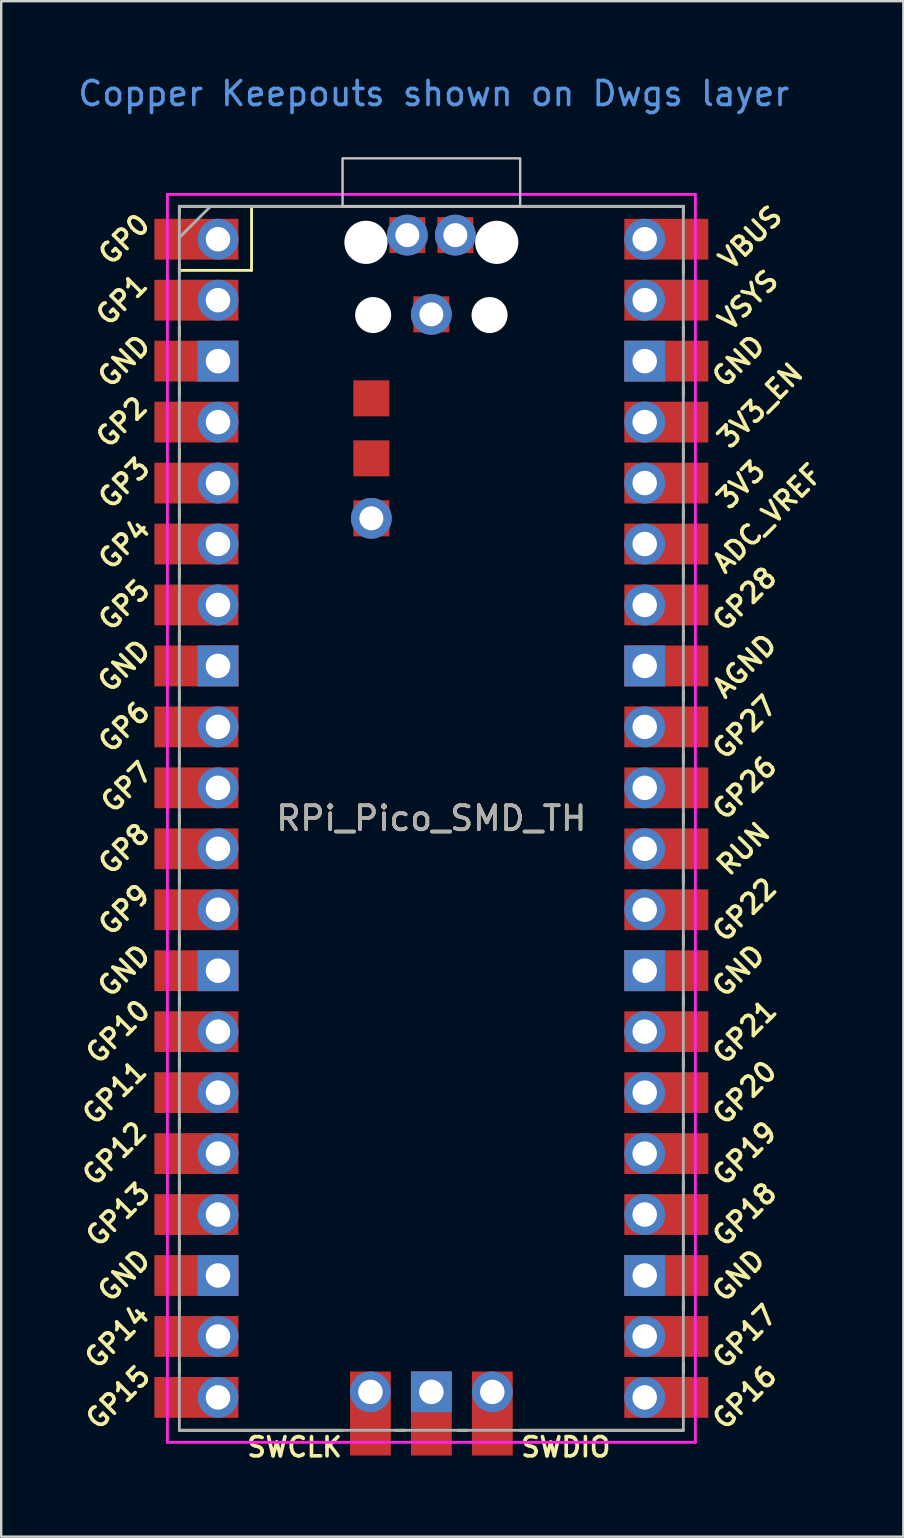
<source format=kicad_pcb>
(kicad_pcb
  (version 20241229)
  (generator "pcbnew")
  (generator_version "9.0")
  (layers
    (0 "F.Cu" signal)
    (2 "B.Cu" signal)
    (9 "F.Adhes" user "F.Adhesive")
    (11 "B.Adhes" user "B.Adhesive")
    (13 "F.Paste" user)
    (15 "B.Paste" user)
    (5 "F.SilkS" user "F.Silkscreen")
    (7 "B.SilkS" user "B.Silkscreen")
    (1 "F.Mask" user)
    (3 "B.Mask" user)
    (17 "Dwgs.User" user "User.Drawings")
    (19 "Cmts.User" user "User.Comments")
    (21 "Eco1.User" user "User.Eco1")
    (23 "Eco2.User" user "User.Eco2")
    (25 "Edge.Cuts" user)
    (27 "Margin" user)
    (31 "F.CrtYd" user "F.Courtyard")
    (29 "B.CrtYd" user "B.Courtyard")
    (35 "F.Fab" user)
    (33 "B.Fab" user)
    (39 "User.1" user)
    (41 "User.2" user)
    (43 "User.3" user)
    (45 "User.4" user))
  (footprint "RPi_Pico_SMD_TH"
    (layer "F.Cu")
    (at 4.424 5.548)
    (property "Reference" "RPi_Pico_SMD_TH" (at 10.5 25.5 0) (layer "F.SilkS") (effects (font (size 1 1) (thickness 0.15))))
    (attr through_hole)
    (fp_line (start 0 0) (end 0 0.3) (stroke (width 0.12) (type solid)) (layer "F.SilkS"))
    (fp_line (start 0 0) (end 21 0) (stroke (width 0.12) (type solid)) (layer "F.SilkS"))
    (fp_line (start 0 2.4) (end 0 2.8) (stroke (width 0.12) (type solid)) (layer "F.SilkS"))
    (fp_line (start 0 2.667) (end 3.007 2.667) (stroke (width 0.12) (type solid)) (layer "F.SilkS"))
    (fp_line (start 0 5) (end 0 5.4) (stroke (width 0.12) (type solid)) (layer "F.SilkS"))
    (fp_line (start 0 7.5) (end 0 7.9) (stroke (width 0.12) (type solid)) (layer "F.SilkS"))
    (fp_line (start 0 10.1) (end 0 10.5) (stroke (width 0.12) (type solid)) (layer "F.SilkS"))
    (fp_line (start 0 12.6) (end 0 13) (stroke (width 0.12) (type solid)) (layer "F.SilkS"))
    (fp_line (start 0 15.1) (end 0 15.5) (stroke (width 0.12) (type solid)) (layer "F.SilkS"))
    (fp_line (start 0 17.7) (end 0 18.1) (stroke (width 0.12) (type solid)) (layer "F.SilkS"))
    (fp_line (start 0 20.2) (end 0 20.6) (stroke (width 0.12) (type solid)) (layer "F.SilkS"))
    (fp_line (start 0 22.8) (end 0 23.2) (stroke (width 0.12) (type solid)) (layer "F.SilkS"))
    (fp_line (start 0 25.3) (end 0 25.7) (stroke (width 0.12) (type solid)) (layer "F.SilkS"))
    (fp_line (start 0 27.8) (end 0 28.2) (stroke (width 0.12) (type solid)) (layer "F.SilkS"))
    (fp_line (start 0 30.4) (end 0 30.8) (stroke (width 0.12) (type solid)) (layer "F.SilkS"))
    (fp_line (start 0 32.9) (end 0 33.3) (stroke (width 0.12) (type solid)) (layer "F.SilkS"))
    (fp_line (start 0 35.5) (end 0 35.9) (stroke (width 0.12) (type solid)) (layer "F.SilkS"))
    (fp_line (start 0 38) (end 0 38.4) (stroke (width 0.12) (type solid)) (layer "F.SilkS"))
    (fp_line (start 0 40.6) (end 0 41) (stroke (width 0.12) (type solid)) (layer "F.SilkS"))
    (fp_line (start 0 43.1) (end 0 43.5) (stroke (width 0.12) (type solid)) (layer "F.SilkS"))
    (fp_line (start 0 45.6) (end 0 46) (stroke (width 0.12) (type solid)) (layer "F.SilkS"))
    (fp_line (start 0 48.2) (end 0 48.6) (stroke (width 0.12) (type solid)) (layer "F.SilkS"))
    (fp_line (start 3.007 2.667) (end 3.007 0) (stroke (width 0.12) (type solid)) (layer "F.SilkS"))
    (fp_line (start 6.8 51) (end 0 51) (stroke (width 0.12) (type solid)) (layer "F.SilkS"))
    (fp_line (start 9 51) (end 9.4 51) (stroke (width 0.12) (type solid)) (layer "F.SilkS"))
    (fp_line (start 11.6 51) (end 12 51) (stroke (width 0.12) (type solid)) (layer "F.SilkS"))
    (fp_line (start 21 0) (end 21 0.3) (stroke (width 0.12) (type solid)) (layer "F.SilkS"))
    (fp_line (start 21 2.4) (end 21 2.8) (stroke (width 0.12) (type solid)) (layer "F.SilkS"))
    (fp_line (start 21 5) (end 21 5.4) (stroke (width 0.12) (type solid)) (layer "F.SilkS"))
    (fp_line (start 21 7.5) (end 21 7.9) (stroke (width 0.12) (type solid)) (layer "F.SilkS"))
    (fp_line (start 21 10.1) (end 21 10.5) (stroke (width 0.12) (type solid)) (layer "F.SilkS"))
    (fp_line (start 21 12.6) (end 21 13) (stroke (width 0.12) (type solid)) (layer "F.SilkS"))
    (fp_line (start 21 15.1) (end 21 15.5) (stroke (width 0.12) (type solid)) (layer "F.SilkS"))
    (fp_line (start 21 17.7) (end 21 18.1) (stroke (width 0.12) (type solid)) (layer "F.SilkS"))
    (fp_line (start 21 20.2) (end 21 20.6) (stroke (width 0.12) (type solid)) (layer "F.SilkS"))
    (fp_line (start 21 22.8) (end 21 23.2) (stroke (width 0.12) (type solid)) (layer "F.SilkS"))
    (fp_line (start 21 25.3) (end 21 25.7) (stroke (width 0.12) (type solid)) (layer "F.SilkS"))
    (fp_line (start 21 27.8) (end 21 28.2) (stroke (width 0.12) (type solid)) (layer "F.SilkS"))
    (fp_line (start 21 30.4) (end 21 30.8) (stroke (width 0.12) (type solid)) (layer "F.SilkS"))
    (fp_line (start 21 32.9) (end 21 33.3) (stroke (width 0.12) (type solid)) (layer "F.SilkS"))
    (fp_line (start 21 35.5) (end 21 35.9) (stroke (width 0.12) (type solid)) (layer "F.SilkS"))
    (fp_line (start 21 38) (end 21 38.4) (stroke (width 0.12) (type solid)) (layer "F.SilkS"))
    (fp_line (start 21 40.6) (end 21 41) (stroke (width 0.12) (type solid)) (layer "F.SilkS"))
    (fp_line (start 21 43.1) (end 21 43.5) (stroke (width 0.12) (type solid)) (layer "F.SilkS"))
    (fp_line (start 21 45.6) (end 21 46) (stroke (width 0.12) (type solid)) (layer "F.SilkS"))
    (fp_line (start 21 48.2) (end 21 48.6) (stroke (width 0.12) (type solid)) (layer "F.SilkS"))
    (fp_line (start 21 51) (end 14.2 51) (stroke (width 0.12) (type solid)) (layer "F.SilkS"))
    (fp_poly (pts (xy 14.2 0) (xy 6.8 0) (xy 6.8 -2) (xy 14.2 -2)) (stroke (width 0.1) (type solid)) (fill no) (layer "Dwgs.User"))
    (fp_line (start -0.5 -0.5) (end 21.5 -0.5) (stroke (width 0.12) (type solid)) (layer "F.CrtYd"))
    (fp_line (start -0.5 51.5) (end -0.5 -0.5) (stroke (width 0.12) (type solid)) (layer "F.CrtYd"))
    (fp_line (start 21.5 -0.5) (end 21.5 51.5) (stroke (width 0.12) (type solid)) (layer "F.CrtYd"))
    (fp_line (start 21.5 51.5) (end -0.5 51.5) (stroke (width 0.12) (type solid)) (layer "F.CrtYd"))
    (fp_line (start 0 0) (end 21 0) (stroke (width 0.12) (type solid)) (layer "F.Fab"))
    (fp_line (start 0 1.3) (end 1.3 0) (stroke (width 0.12) (type solid)) (layer "F.Fab"))
    (fp_line (start 0 51) (end 0 0) (stroke (width 0.12) (type solid)) (layer "F.Fab"))
    (fp_line (start 21 0) (end 21 51) (stroke (width 0.12) (type solid)) (layer "F.Fab"))
    (fp_line (start 21 51) (end 0 51) (stroke (width 0.12) (type solid)) (layer "F.Fab"))
    (fp_text user "GP15" (at -2.554 49.63 45) (layer "F.SilkS") (effects (font (size 0.8 0.8) (thickness 0.15))))
    (fp_text user "GP6" (at -2.3 21.69 45) (layer "F.SilkS") (effects (font (size 0.8 0.8) (thickness 0.15))))
    (fp_text user "GP22" (at 23.554 29.31 45) (layer "F.SilkS") (effects (font (size 0.8 0.8) (thickness 0.15))))
    (fp_text user "GP18" (at 23.554 42.01 45) (layer "F.SilkS") (effects (font (size 0.8 0.8) (thickness 0.15))))
    (fp_text user "GND" (at 23.3 6.45 45) (layer "F.SilkS") (effects (font (size 0.8 0.8) (thickness 0.15))))
    (fp_text user "GP9" (at -2.3 29.31 45) (layer "F.SilkS") (effects (font (size 0.8 0.8) (thickness 0.15))))
    (fp_text user "GP17" (at 23.554 47.09 45) (layer "F.SilkS") (effects (font (size 0.8 0.8) (thickness 0.15))))
    (fp_text user "GP3" (at -2.3 11.53 45) (layer "F.SilkS") (effects (font (size 0.8 0.8) (thickness 0.15))))
    (fp_text user "GP12" (at -2.7 39.47 45) (layer "F.SilkS") (effects (font (size 0.8 0.8) (thickness 0.15))))
    (fp_text user "AGND" (at 23.554 19.15 45) (layer "F.SilkS") (effects (font (size 0.8 0.8) (thickness 0.15))))
    (fp_text user "GP26" (at 23.554 24.23 45) (layer "F.SilkS") (effects (font (size 0.8 0.8) (thickness 0.15))))
    (fp_text user "ADC_VREF" (at 24.5 13 45) (layer "F.SilkS") (effects (font (size 0.8 0.8) (thickness 0.15))))
    (fp_text user "GND" (at -2.3 44.55 45) (layer "F.SilkS") (effects (font (size 0.8 0.8) (thickness 0.15))))
    (fp_text user "VBUS" (at 23.8 1.3 45) (layer "F.SilkS") (effects (font (size 0.8 0.8) (thickness 0.15))))
    (fp_text user "GP27" (at 23.554 21.7 45) (layer "F.SilkS") (effects (font (size 0.8 0.8) (thickness 0.15))))
    (fp_text user "GP1" (at -2.4 3.9 45) (layer "F.SilkS") (effects (font (size 0.8 0.8) (thickness 0.15))))
    (fp_text user "GP7" (at -2.2 24.2 45) (layer "F.SilkS") (effects (font (size 0.8 0.8) (thickness 0.15))))
    (fp_text user "GND" (at 23.3 31.85 45) (layer "F.SilkS") (effects (font (size 0.8 0.8) (thickness 0.15))))
    (fp_text user "3V3" (at 23.4 11.6 45) (layer "F.SilkS") (effects (font (size 0.8 0.8) (thickness 0.15))))
    (fp_text user "GP0" (at -2.3 1.37 45) (layer "F.SilkS") (effects (font (size 0.8 0.8) (thickness 0.15))))
    (fp_text user "GP19" (at 23.554 39.47 45) (layer "F.SilkS") (effects (font (size 0.8 0.8) (thickness 0.15))))
    (fp_text user "VSYS" (at 23.7 3.91 45) (layer "F.SilkS") (effects (font (size 0.8 0.8) (thickness 0.15))))
    (fp_text user "GP4" (at -2.3 14.07 45) (layer "F.SilkS") (effects (font (size 0.8 0.8) (thickness 0.15))))
    (fp_text user "GP13" (at -2.554 42.01 45) (layer "F.SilkS") (effects (font (size 0.8 0.8) (thickness 0.15))))
    (fp_text user "GND" (at -2.3 6.45 45) (layer "F.SilkS") (effects (font (size 0.8 0.8) (thickness 0.15))))
    (fp_text user "GP14" (at -2.6 47.09 45) (layer "F.SilkS") (effects (font (size 0.8 0.8) (thickness 0.15))))
    (fp_text user "SWDIO" (at 16.1 51.7 0) (layer "F.SilkS") (effects (font (size 0.8 0.8) (thickness 0.15))))
    (fp_text user "GND" (at -2.3 31.85 45) (layer "F.SilkS") (effects (font (size 0.8 0.8) (thickness 0.15))))
    (fp_text user "RUN" (at 23.5 26.77 45) (layer "F.SilkS") (effects (font (size 0.8 0.8) (thickness 0.15))))
    (fp_text user "GND" (at -2.3 19.15 45) (layer "F.SilkS") (effects (font (size 0.8 0.8) (thickness 0.15))))
    (fp_text user "GP28" (at 23.554 16.356 45) (layer "F.SilkS") (effects (font (size 0.8 0.8) (thickness 0.15))))
    (fp_text user "3V3_EN" (at 24.2 8.3 45) (layer "F.SilkS") (effects (font (size 0.8 0.8) (thickness 0.15))))
    (fp_text user "GP11" (at -2.7 36.93 45) (layer "F.SilkS") (effects (font (size 0.8 0.8) (thickness 0.15))))
    (fp_text user "GP5" (at -2.3 16.61 45) (layer "F.SilkS") (effects (font (size 0.8 0.8) (thickness 0.15))))
    (fp_text user "GP10" (at -2.554 34.39 45) (layer "F.SilkS") (effects (font (size 0.8 0.8) (thickness 0.15))))
    (fp_text user "GP2" (at -2.4 8.99 45) (layer "F.SilkS") (effects (font (size 0.8 0.8) (thickness 0.15))))
    (fp_text user "GP20" (at 23.554 36.93 45) (layer "F.SilkS") (effects (font (size 0.8 0.8) (thickness 0.15))))
    (fp_text user "SWCLK" (at 4.8 51.7 0) (layer "F.SilkS") (effects (font (size 0.8 0.8) (thickness 0.15))))
    (fp_text user "GP8" (at -2.3 26.77 45) (layer "F.SilkS") (effects (font (size 0.8 0.8) (thickness 0.15))))
    (fp_text user "GP21" (at 23.554 34.4 45) (layer "F.SilkS") (effects (font (size 0.8 0.8) (thickness 0.15))))
    (fp_text user "GP16" (at 23.554 49.63 45) (layer "F.SilkS") (effects (font (size 0.8 0.8) (thickness 0.15))))
    (fp_text user "GND" (at 23.3 44.55 45) (layer "F.SilkS") (effects (font (size 0.8 0.8) (thickness 0.15))))
    (fp_text user "Copper Keepouts shown on Dwgs layer" (at 10.6 -4.7 0) (layer "Cmts.User") (effects (font (size 1 1) (thickness 0.15))))
    (fp_text user "${REFERENCE}" (at 10.5 25.5 180) (layer "F.Fab") (effects (font (size 1 1) (thickness 0.15))))
    (pad "" np_thru_hole oval (at 7.775 1.5) (size 1.8 1.8) (drill 1.8) (layers "*.Cu" "*.Mask"))
    (pad "" np_thru_hole oval (at 8.075 4.53) (size 1.5 1.5) (drill 1.5) (layers "*.Cu" "*.Mask"))
    (pad "" np_thru_hole oval (at 12.925 4.53) (size 1.5 1.5) (drill 1.5) (layers "*.Cu" "*.Mask"))
    (pad "" np_thru_hole oval (at 13.225 1.5) (size 1.8 1.8) (drill 1.8) (layers "*.Cu" "*.Mask"))
    (pad "1" thru_hole oval (at 1.61 1.37) (size 1.7 1.7) (drill 1.02) (layers "*.Cu" "*.Mask"))
    (pad "1" smd rect (at 1.61 1.37) (size 3.5 1.7) (drill (offset -0.9 0)) (layers "F.Cu" "F.Mask"))
    (pad "2" thru_hole oval (at 1.61 3.91) (size 1.7 1.7) (drill 1.02) (layers "*.Cu" "*.Mask"))
    (pad "2" smd rect (at 1.61 3.91) (size 3.5 1.7) (drill (offset -0.9 0)) (layers "F.Cu" "F.Mask"))
    (pad "3" thru_hole rect (at 1.61 6.45) (size 1.7 1.7) (drill 1.02) (layers "*.Cu" "*.Mask"))
    (pad "3" smd rect (at 1.61 6.45) (size 3.5 1.7) (drill (offset -0.9 0)) (layers "F.Cu" "F.Mask"))
    (pad "4" thru_hole oval (at 1.61 8.99) (size 1.7 1.7) (drill 1.02) (layers "*.Cu" "*.Mask"))
    (pad "4" smd rect (at 1.61 8.99) (size 3.5 1.7) (drill (offset -0.9 0)) (layers "F.Cu" "F.Mask"))
    (pad "5" thru_hole oval (at 1.61 11.53) (size 1.7 1.7) (drill 1.02) (layers "*.Cu" "*.Mask"))
    (pad "5" smd rect (at 1.61 11.53) (size 3.5 1.7) (drill (offset -0.9 0)) (layers "F.Cu" "F.Mask"))
    (pad "6" thru_hole oval (at 1.61 14.07) (size 1.7 1.7) (drill 1.02) (layers "*.Cu" "*.Mask"))
    (pad "6" smd rect (at 1.61 14.07) (size 3.5 1.7) (drill (offset -0.9 0)) (layers "F.Cu" "F.Mask"))
    (pad "7" thru_hole oval (at 1.61 16.61) (size 1.7 1.7) (drill 1.02) (layers "*.Cu" "*.Mask"))
    (pad "7" smd rect (at 1.61 16.61) (size 3.5 1.7) (drill (offset -0.9 0)) (layers "F.Cu" "F.Mask"))
    (pad "8" thru_hole rect (at 1.61 19.15) (size 1.7 1.7) (drill 1.02) (layers "*.Cu" "*.Mask"))
    (pad "8" smd rect (at 1.61 19.15) (size 3.5 1.7) (drill (offset -0.9 0)) (layers "F.Cu" "F.Mask"))
    (pad "9" thru_hole oval (at 1.61 21.69) (size 1.7 1.7) (drill 1.02) (layers "*.Cu" "*.Mask"))
    (pad "9" smd rect (at 1.61 21.69) (size 3.5 1.7) (drill (offset -0.9 0)) (layers "F.Cu" "F.Mask"))
    (pad "10" thru_hole oval (at 1.61 24.23) (size 1.7 1.7) (drill 1.02) (layers "*.Cu" "*.Mask"))
    (pad "10" smd rect (at 1.61 24.23) (size 3.5 1.7) (drill (offset -0.9 0)) (layers "F.Cu" "F.Mask"))
    (pad "11" thru_hole oval (at 1.61 26.77) (size 1.7 1.7) (drill 1.02) (layers "*.Cu" "*.Mask"))
    (pad "11" smd rect (at 1.61 26.77) (size 3.5 1.7) (drill (offset -0.9 0)) (layers "F.Cu" "F.Mask"))
    (pad "12" thru_hole oval (at 1.61 29.31) (size 1.7 1.7) (drill 1.02) (layers "*.Cu" "*.Mask"))
    (pad "12" smd rect (at 1.61 29.31) (size 3.5 1.7) (drill (offset -0.9 0)) (layers "F.Cu" "F.Mask"))
    (pad "13" thru_hole rect (at 1.61 31.85) (size 1.7 1.7) (drill 1.02) (layers "*.Cu" "*.Mask"))
    (pad "13" smd rect (at 1.61 31.85) (size 3.5 1.7) (drill (offset -0.9 0)) (layers "F.Cu" "F.Mask"))
    (pad "14" thru_hole oval (at 1.61 34.39) (size 1.7 1.7) (drill 1.02) (layers "*.Cu" "*.Mask"))
    (pad "14" smd rect (at 1.61 34.39) (size 3.5 1.7) (drill (offset -0.9 0)) (layers "F.Cu" "F.Mask"))
    (pad "15" thru_hole oval (at 1.61 36.93) (size 1.7 1.7) (drill 1.02) (layers "*.Cu" "*.Mask"))
    (pad "15" smd rect (at 1.61 36.93) (size 3.5 1.7) (drill (offset -0.9 0)) (layers "F.Cu" "F.Mask"))
    (pad "16" thru_hole oval (at 1.61 39.47) (size 1.7 1.7) (drill 1.02) (layers "*.Cu" "*.Mask"))
    (pad "16" smd rect (at 1.61 39.47) (size 3.5 1.7) (drill (offset -0.9 0)) (layers "F.Cu" "F.Mask"))
    (pad "17" thru_hole oval (at 1.61 42.01) (size 1.7 1.7) (drill 1.02) (layers "*.Cu" "*.Mask"))
    (pad "17" smd rect (at 1.61 42.01) (size 3.5 1.7) (drill (offset -0.9 0)) (layers "F.Cu" "F.Mask"))
    (pad "18" thru_hole rect (at 1.61 44.55) (size 1.7 1.7) (drill 1.02) (layers "*.Cu" "*.Mask"))
    (pad "18" smd rect (at 1.61 44.55) (size 3.5 1.7) (drill (offset -0.9 0)) (layers "F.Cu" "F.Mask"))
    (pad "19" thru_hole oval (at 1.61 47.09) (size 1.7 1.7) (drill 1.02) (layers "*.Cu" "*.Mask"))
    (pad "19" smd rect (at 1.61 47.09) (size 3.5 1.7) (drill (offset -0.9 0)) (layers "F.Cu" "F.Mask"))
    (pad "20" thru_hole oval (at 1.61 49.63) (size 1.7 1.7) (drill 1.02) (layers "*.Cu" "*.Mask"))
    (pad "20" smd rect (at 1.61 49.63) (size 3.5 1.7) (drill (offset -0.9 0)) (layers "F.Cu" "F.Mask"))
    (pad "21" thru_hole oval (at 19.39 49.63) (size 1.7 1.7) (drill 1.02) (layers "*.Cu" "*.Mask"))
    (pad "21" smd rect (at 19.39 49.63) (size 3.5 1.7) (drill (offset 0.9 0)) (layers "F.Cu" "F.Mask"))
    (pad "22" thru_hole oval (at 19.39 47.09) (size 1.7 1.7) (drill 1.02) (layers "*.Cu" "*.Mask"))
    (pad "22" smd rect (at 19.39 47.09) (size 3.5 1.7) (drill (offset 0.9 0)) (layers "F.Cu" "F.Mask"))
    (pad "23" thru_hole rect (at 19.39 44.55) (size 1.7 1.7) (drill 1.02) (layers "*.Cu" "*.Mask"))
    (pad "23" smd rect (at 19.39 44.55) (size 3.5 1.7) (drill (offset 0.9 0)) (layers "F.Cu" "F.Mask"))
    (pad "24" thru_hole oval (at 19.39 42.01) (size 1.7 1.7) (drill 1.02) (layers "*.Cu" "*.Mask"))
    (pad "24" smd rect (at 19.39 42.01) (size 3.5 1.7) (drill (offset 0.9 0)) (layers "F.Cu" "F.Mask"))
    (pad "25" thru_hole oval (at 19.39 39.47) (size 1.7 1.7) (drill 1.02) (layers "*.Cu" "*.Mask"))
    (pad "25" smd rect (at 19.39 39.47) (size 3.5 1.7) (drill (offset 0.9 0)) (layers "F.Cu" "F.Mask"))
    (pad "26" thru_hole oval (at 19.39 36.93) (size 1.7 1.7) (drill 1.02) (layers "*.Cu" "*.Mask"))
    (pad "26" smd rect (at 19.39 36.93) (size 3.5 1.7) (drill (offset 0.9 0)) (layers "F.Cu" "F.Mask"))
    (pad "27" thru_hole oval (at 19.39 34.39) (size 1.7 1.7) (drill 1.02) (layers "*.Cu" "*.Mask"))
    (pad "27" smd rect (at 19.39 34.39) (size 3.5 1.7) (drill (offset 0.9 0)) (layers "F.Cu" "F.Mask"))
    (pad "28" thru_hole rect (at 19.39 31.85) (size 1.7 1.7) (drill 1.02) (layers "*.Cu" "*.Mask"))
    (pad "28" smd rect (at 19.39 31.85) (size 3.5 1.7) (drill (offset 0.9 0)) (layers "F.Cu" "F.Mask"))
    (pad "29" thru_hole oval (at 19.39 29.31) (size 1.7 1.7) (drill 1.02) (layers "*.Cu" "*.Mask"))
    (pad "29" smd rect (at 19.39 29.31) (size 3.5 1.7) (drill (offset 0.9 0)) (layers "F.Cu" "F.Mask"))
    (pad "30" thru_hole oval (at 19.39 26.77) (size 1.7 1.7) (drill 1.02) (layers "*.Cu" "*.Mask"))
    (pad "30" smd rect (at 19.39 26.77) (size 3.5 1.7) (drill (offset 0.9 0)) (layers "F.Cu" "F.Mask"))
    (pad "31" thru_hole oval (at 19.39 24.23) (size 1.7 1.7) (drill 1.02) (layers "*.Cu" "*.Mask"))
    (pad "31" smd rect (at 19.39 24.23) (size 3.5 1.7) (drill (offset 0.9 0)) (layers "F.Cu" "F.Mask"))
    (pad "32" thru_hole oval (at 19.39 21.69) (size 1.7 1.7) (drill 1.02) (layers "*.Cu" "*.Mask"))
    (pad "32" smd rect (at 19.39 21.69) (size 3.5 1.7) (drill (offset 0.9 0)) (layers "F.Cu" "F.Mask"))
    (pad "33" thru_hole rect (at 19.39 19.15) (size 1.7 1.7) (drill 1.02) (layers "*.Cu" "*.Mask"))
    (pad "33" smd rect (at 19.39 19.15) (size 3.5 1.7) (drill (offset 0.9 0)) (layers "F.Cu" "F.Mask"))
    (pad "34" thru_hole oval (at 19.39 16.61) (size 1.7 1.7) (drill 1.02) (layers "*.Cu" "*.Mask"))
    (pad "34" smd rect (at 19.39 16.61) (size 3.5 1.7) (drill (offset 0.9 0)) (layers "F.Cu" "F.Mask"))
    (pad "35" thru_hole oval (at 19.39 14.07) (size 1.7 1.7) (drill 1.02) (layers "*.Cu" "*.Mask"))
    (pad "35" smd rect (at 19.39 14.07) (size 3.5 1.7) (drill (offset 0.9 0)) (layers "F.Cu" "F.Mask"))
    (pad "36" thru_hole oval (at 19.39 11.53) (size 1.7 1.7) (drill 1.02) (layers "*.Cu" "*.Mask"))
    (pad "36" smd rect (at 19.39 11.53) (size 3.5 1.7) (drill (offset 0.9 0)) (layers "F.Cu" "F.Mask"))
    (pad "37" thru_hole oval (at 19.39 8.99) (size 1.7 1.7) (drill 1.02) (layers "*.Cu" "*.Mask"))
    (pad "37" smd rect (at 19.39 8.99) (size 3.5 1.7) (drill (offset 0.9 0)) (layers "F.Cu" "F.Mask"))
    (pad "38" thru_hole rect (at 19.39 6.45) (size 1.7 1.7) (drill 1.02) (layers "*.Cu" "*.Mask"))
    (pad "38" smd rect (at 19.39 6.45) (size 3.5 1.7) (drill (offset 0.9 0)) (layers "F.Cu" "F.Mask"))
    (pad "39" thru_hole oval (at 19.39 3.91) (size 1.7 1.7) (drill 1.02) (layers "*.Cu" "*.Mask"))
    (pad "39" smd rect (at 19.39 3.91) (size 3.5 1.7) (drill (offset 0.9 0)) (layers "F.Cu" "F.Mask"))
    (pad "40" thru_hole oval (at 19.39 1.37) (size 1.7 1.7) (drill 1.02) (layers "*.Cu" "*.Mask"))
    (pad "40" smd rect (at 19.39 1.37) (size 3.5 1.7) (drill (offset 0.9 0)) (layers "F.Cu" "F.Mask"))
    (pad "41" thru_hole oval (at 7.96 49.4) (size 1.7 1.7) (drill 1.02) (layers "*.Cu" "*.Mask"))
    (pad "41" smd rect (at 7.96 49.4 90) (size 3.5 1.7) (drill (offset -0.9 0)) (layers "F.Cu" "F.Mask"))
    (pad "42" thru_hole rect (at 10.5 49.4) (size 1.7 1.7) (drill 1.02) (layers "*.Cu" "*.Mask"))
    (pad "42" smd rect (at 10.5 49.4 90) (size 3.5 1.7) (drill (offset -0.9 0)) (layers "F.Cu" "F.Mask"))
    (pad "43" thru_hole oval (at 13.04 49.4) (size 1.7 1.7) (drill 1.02) (layers "*.Cu" "*.Mask"))
    (pad "43" smd rect (at 13.04 49.4 90) (size 3.5 1.7) (drill (offset -0.9 0)) (layers "F.Cu" "F.Mask"))
    (pad "TP1" smd rect (at 10.5 4.5 90) (size 1.5 1.5) (layers "F.Cu" "F.Mask" "F.Paste"))
    (pad "TP1" thru_hole circle (at 10.5 4.5) (size 1.7 1.7) (drill 1) (layers "*.Cu" "*.Mask"))
    (pad "TP2" smd rect (at 11.5 1.2 90) (size 1.5 1.5) (layers "F.Cu" "F.Mask" "F.Paste"))
    (pad "TP2" thru_hole circle (at 11.5 1.2) (size 1.7 1.7) (drill 1) (layers "*.Cu" "*.Mask"))
    (pad "TP3" smd rect (at 9.5 1.2 90) (size 1.5 1.5) (layers "F.Cu" "F.Mask" "F.Paste"))
    (pad "TP3" thru_hole circle (at 9.5 1.2) (size 1.7 1.7) (drill 1) (layers "*.Cu" "*.Mask"))
    (pad "TP4" smd rect (at 8 8 90) (size 1.5 1.5) (layers "F.Cu" "F.Mask" "F.Paste"))
    (pad "TP5" smd rect (at 8 10.5 90) (size 1.5 1.5) (layers "F.Cu" "F.Mask" "F.Paste"))
    (pad "TP6" smd rect (at 8 13 90) (size 1.5 1.5) (layers "F.Cu" "F.Mask" "F.Paste"))
    (pad "TP6" thru_hole circle (at 8 13) (size 1.7 1.7) (drill 1) (layers "*.Cu" "*.Mask")))
  (gr_rect
    (start -3 -3)
    (end 34.591 60.98)
    (stroke (width 0.1) (type default))
    (fill no)
    (layer "Edge.Cuts")))
</source>
